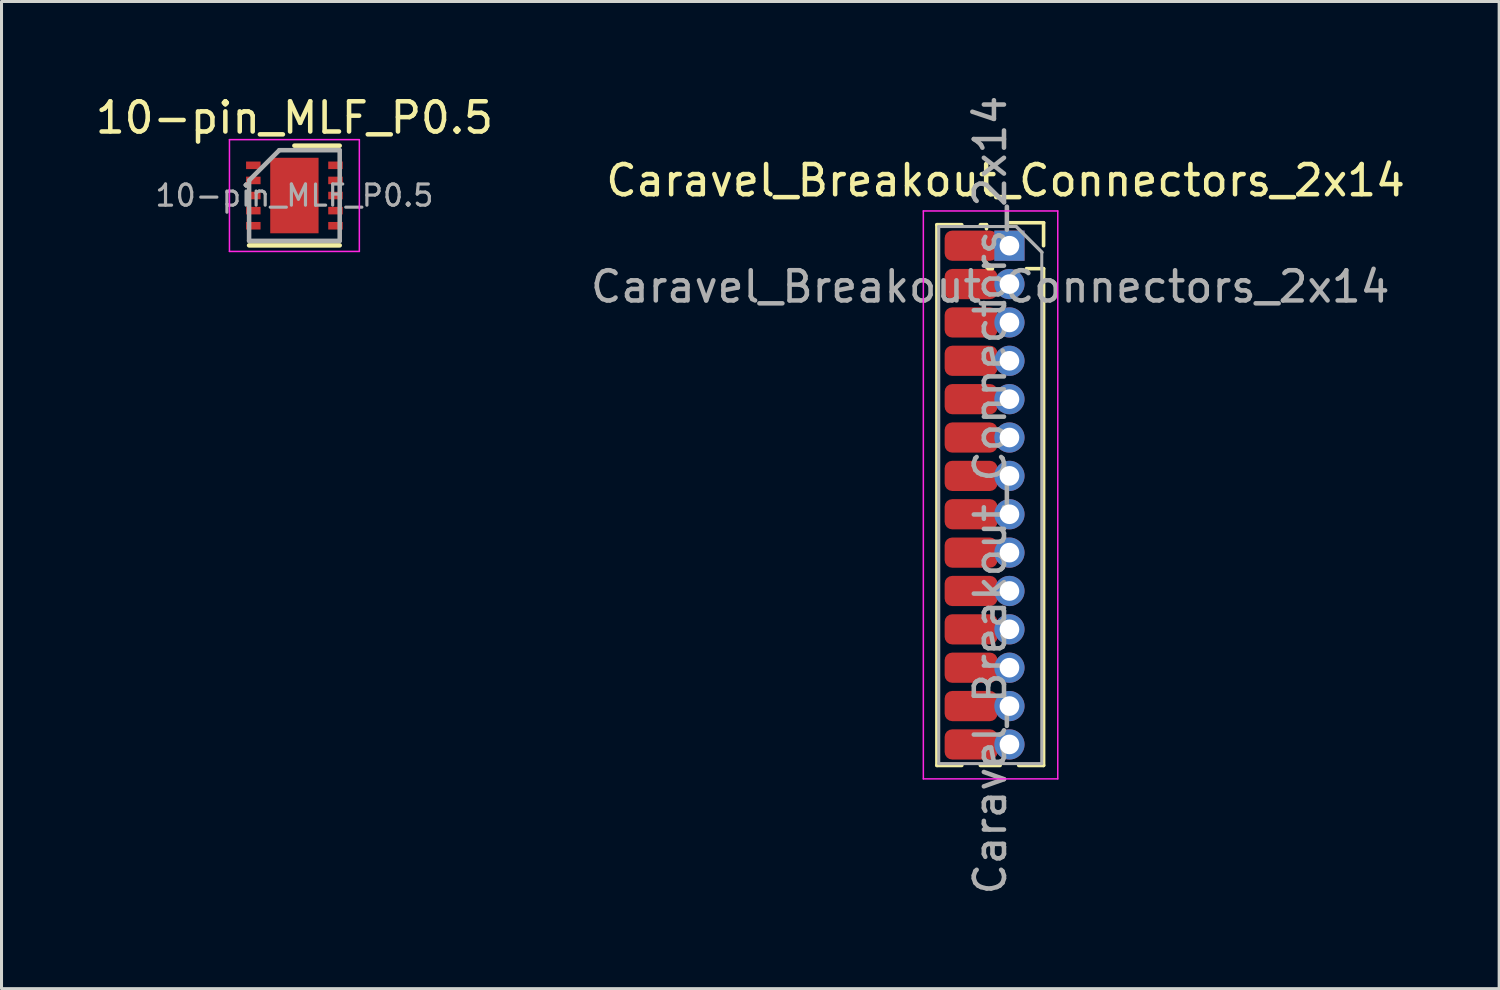
<source format=kicad_pcb>
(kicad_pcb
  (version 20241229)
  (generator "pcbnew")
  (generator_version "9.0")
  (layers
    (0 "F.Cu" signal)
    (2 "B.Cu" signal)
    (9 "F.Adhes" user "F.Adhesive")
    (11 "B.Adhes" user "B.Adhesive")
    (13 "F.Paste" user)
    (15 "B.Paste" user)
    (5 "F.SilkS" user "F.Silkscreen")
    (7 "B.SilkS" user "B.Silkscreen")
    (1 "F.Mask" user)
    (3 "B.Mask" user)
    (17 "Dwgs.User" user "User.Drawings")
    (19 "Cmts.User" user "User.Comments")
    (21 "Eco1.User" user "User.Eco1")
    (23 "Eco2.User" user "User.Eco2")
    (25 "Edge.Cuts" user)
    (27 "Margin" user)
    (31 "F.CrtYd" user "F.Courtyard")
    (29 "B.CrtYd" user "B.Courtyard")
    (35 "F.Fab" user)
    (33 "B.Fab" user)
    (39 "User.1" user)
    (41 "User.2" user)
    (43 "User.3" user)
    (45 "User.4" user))
  (footprint "10-pin_MLF_P0.5"
    (layer "F.Cu")
    (at 6.696 3.423)
    (property "Reference" "10-pin_MLF_P0.5" (at 0 -2.575 0) (unlocked yes) (layer "F.SilkS") (effects (font (size 1 1) (thickness 0.15))))
    (attr smd)
    (fp_line (start -1.5 1.65) (end 1.5 1.65) (stroke (width 0.15) (type solid)) (layer "F.SilkS"))
    (fp_line (start 0 -1.65) (end 1.5 -1.65) (stroke (width 0.15) (type solid)) (layer "F.SilkS"))
    (fp_line (start -2.15 -1.85) (end -2.15 1.85) (stroke (width 0.05) (type solid)) (layer "F.CrtYd"))
    (fp_line (start -2.15 -1.85) (end 2.15 -1.85) (stroke (width 0.05) (type solid)) (layer "F.CrtYd"))
    (fp_line (start -2.15 1.85) (end 2.15 1.85) (stroke (width 0.05) (type solid)) (layer "F.CrtYd"))
    (fp_line (start 2.15 -1.85) (end 2.15 1.85) (stroke (width 0.05) (type solid)) (layer "F.CrtYd"))
    (fp_line (start -1.5 -0.5) (end -0.5 -1.5) (stroke (width 0.15) (type solid)) (layer "F.Fab"))
    (fp_line (start -1.5 1.5) (end -1.5 -0.5) (stroke (width 0.15) (type solid)) (layer "F.Fab"))
    (fp_line (start -0.5 -1.5) (end 1.5 -1.5) (stroke (width 0.15) (type solid)) (layer "F.Fab"))
    (fp_line (start 1.5 -1.5) (end 1.5 1.5) (stroke (width 0.15) (type solid)) (layer "F.Fab"))
    (fp_line (start 1.5 1.5) (end -1.5 1.5) (stroke (width 0.15) (type solid)) (layer "F.Fab"))
    (fp_text user "${REFERENCE}" (at 0 0 0) (layer "F.Fab") (effects (font (size 0.7 0.7) (thickness 0.105))))
    (pad "" smd rect (at -0.388 -0.62) (size 0.6 1.05) (layers "F.Paste"))
    (pad "" smd rect (at -0.388 0.62) (size 0.6 1.05) (layers "F.Paste"))
    (pad "" smd rect (at 0.388 -0.62) (size 0.6 1.05) (layers "F.Paste"))
    (pad "" smd rect (at 0.388 0.62) (size 0.6 1.05) (layers "F.Paste"))
    (pad "1" smd rect (at -1.36 -1) (size 0.48 0.25) (layers "F.Cu" "F.Mask" "F.Paste"))
    (pad "2" smd rect (at -1.36 -0.5) (size 0.48 0.25) (layers "F.Cu" "F.Mask" "F.Paste"))
    (pad "3" smd rect (at -1.36 0) (size 0.48 0.25) (layers "F.Cu" "F.Mask" "F.Paste"))
    (pad "4" smd rect (at -1.36 0.5) (size 0.48 0.25) (layers "F.Cu" "F.Mask" "F.Paste"))
    (pad "5" smd rect (at -1.36 1) (size 0.48 0.25) (layers "F.Cu" "F.Mask" "F.Paste"))
    (pad "6" smd rect (at 1.36 1) (size 0.48 0.25) (layers "F.Cu" "F.Mask" "F.Paste"))
    (pad "7" smd rect (at 1.36 0.5) (size 0.48 0.25) (layers "F.Cu" "F.Mask" "F.Paste"))
    (pad "8" smd rect (at 1.36 0) (size 0.48 0.25) (layers "F.Cu" "F.Mask" "F.Paste"))
    (pad "9" smd rect (at 1.36 -0.5) (size 0.48 0.25) (layers "F.Cu" "F.Mask" "F.Paste"))
    (pad "10" smd rect (at 1.36 -1) (size 0.48 0.25) (layers "F.Cu" "F.Mask" "F.Paste"))
    (pad "11" smd rect (at 0 0) (size 1.6 2.5) (layers "F.Cu" "F.Mask")))
  (footprint "Caravel_Breakout_Connectors_2x14"
    (layer "F.Cu")
    (at 29.732 3.941)
    (property "Reference" "Caravel_Breakout_Connectors_2x14" (at 0.508 -1.016 0) (unlocked yes) (layer "F.SilkS") (effects (font (size 1 1) (thickness 0.15))))
    (attr smd)
    (fp_line (start -1.765 0.448) (end -1.765 18.348) (stroke (width 0.12) (type solid)) (layer "F.SilkS"))
    (fp_line (start -0.943 0.448) (end -1.765 0.448) (stroke (width 0.12) (type solid)) (layer "F.SilkS"))
    (fp_line (start -0.943 18.348) (end -1.765 18.348) (stroke (width 0.12) (type solid)) (layer "F.SilkS"))
    (fp_line (start -0.125 0.448) (end -0.327 0.448) (stroke (width 0.12) (type solid)) (layer "F.SilkS"))
    (fp_line (start -0.125 0.58) (end -0.125 0.448) (stroke (width 0.12) (type solid)) (layer "F.SilkS"))
    (fp_line (start -0.125 1.85) (end -0.125 1.706) (stroke (width 0.12) (type solid)) (layer "F.SilkS"))
    (fp_line (start 0.072 1.903) (end -0.072 1.903) (stroke (width 0.12) (type solid)) (layer "F.SilkS"))
    (fp_line (start 0.327 18.348) (end -0.327 18.348) (stroke (width 0.12) (type solid)) (layer "F.SilkS"))
    (fp_line (start 1.765 0.383) (end 0.635 0.383) (stroke (width 0.12) (type solid)) (layer "F.SilkS"))
    (fp_line (start 1.765 1.143) (end 1.765 0.383) (stroke (width 0.12) (type solid)) (layer "F.SilkS"))
    (fp_line (start 1.765 1.903) (end 1.198 1.903) (stroke (width 0.12) (type solid)) (layer "F.SilkS"))
    (fp_line (start 1.765 1.903) (end 1.765 18.348) (stroke (width 0.12) (type solid)) (layer "F.SilkS"))
    (fp_line (start 1.765 18.348) (end 0.943 18.348) (stroke (width 0.12) (type solid)) (layer "F.SilkS"))
    (fp_line (start -2.215 -0.007) (end 2.235 -0.007) (stroke (width 0.05) (type solid)) (layer "F.CrtYd"))
    (fp_line (start -2.215 18.793) (end -2.215 -0.007) (stroke (width 0.05) (type solid)) (layer "F.CrtYd"))
    (fp_line (start 2.235 -0.007) (end 2.235 18.793) (stroke (width 0.05) (type solid)) (layer "F.CrtYd"))
    (fp_line (start 2.235 18.793) (end -2.215 18.793) (stroke (width 0.05) (type solid)) (layer "F.CrtYd"))
    (fp_line (start -1.705 0.508) (end -1.705 18.288) (stroke (width 0.1) (type solid)) (layer "F.Fab"))
    (fp_line (start -1.705 18.288) (end 1.705 18.288) (stroke (width 0.1) (type solid)) (layer "F.Fab"))
    (fp_line (start 0.853 0.508) (end -1.705 0.508) (stroke (width 0.1) (type solid)) (layer "F.Fab"))
    (fp_line (start 1.705 1.361) (end 0.853 0.508) (stroke (width 0.1) (type solid)) (layer "F.Fab"))
    (fp_line (start 1.705 18.288) (end 1.705 1.361) (stroke (width 0.1) (type solid)) (layer "F.Fab"))
    (fp_line (start 1.718 1.363) (end 0.866 0.51) (stroke (width 0.1) (type solid)) (layer "F.Fab"))
    (fp_text user "${REFERENCE}" (at 0 9.398 90) (layer "F.Fab") (effects (font (size 1 1) (thickness 0.15))))
    (fp_text user "${REFERENCE}" (at 0 2.5 0) (unlocked yes) (layer "F.Fab") (effects (font (size 1 1) (thickness 0.15))))
    (pad "1" smd roundrect (at -0.635 1.143 180) (size 1.75 1) (layers "F.Cu" "F.Mask" "F.Paste") (roundrect_rratio 0.25))
    (pad "1" thru_hole rect (at 0.635 1.143) (size 1 1) (drill 0.65) (layers "*.Cu" "*.Mask"))
    (pad "2" smd roundrect (at -0.635 2.413 180) (size 1.75 1) (layers "F.Cu" "F.Mask" "F.Paste") (roundrect_rratio 0.25))
    (pad "2" thru_hole oval (at 0.635 2.413 180) (size 1 1) (drill 0.65) (layers "*.Cu" "*.Mask"))
    (pad "3" smd roundrect (at -0.635 3.683 180) (size 1.75 1) (layers "F.Cu" "F.Mask" "F.Paste") (roundrect_rratio 0.25))
    (pad "3" thru_hole oval (at 0.635 3.683 180) (size 1 1) (drill 0.65) (layers "*.Cu" "*.Mask"))
    (pad "4" smd roundrect (at -0.635 4.953 180) (size 1.75 1) (layers "F.Cu" "F.Mask" "F.Paste") (roundrect_rratio 0.25))
    (pad "4" thru_hole oval (at 0.635 4.953 180) (size 1 1) (drill 0.65) (layers "*.Cu" "*.Mask"))
    (pad "5" smd roundrect (at -0.635 6.223 180) (size 1.75 1) (layers "F.Cu" "F.Mask" "F.Paste") (roundrect_rratio 0.25))
    (pad "5" thru_hole oval (at 0.635 6.223 180) (size 1 1) (drill 0.65) (layers "*.Cu" "*.Mask"))
    (pad "6" smd roundrect (at -0.635 7.493 180) (size 1.75 1) (layers "F.Cu" "F.Mask" "F.Paste") (roundrect_rratio 0.25))
    (pad "6" thru_hole oval (at 0.635 7.493 180) (size 1 1) (drill 0.65) (layers "*.Cu" "*.Mask"))
    (pad "7" smd roundrect (at -0.635 8.763 180) (size 1.75 1) (layers "F.Cu" "F.Mask" "F.Paste") (roundrect_rratio 0.25))
    (pad "7" thru_hole oval (at 0.635 8.763 180) (size 1 1) (drill 0.65) (layers "*.Cu" "*.Mask"))
    (pad "8" smd roundrect (at -0.635 10.033 180) (size 1.75 1) (layers "F.Cu" "F.Mask" "F.Paste") (roundrect_rratio 0.25))
    (pad "8" thru_hole oval (at 0.635 10.033 180) (size 1 1) (drill 0.65) (layers "*.Cu" "*.Mask"))
    (pad "9" smd roundrect (at -0.635 11.303 180) (size 1.75 1) (layers "F.Cu" "F.Mask" "F.Paste") (roundrect_rratio 0.25))
    (pad "9" thru_hole oval (at 0.635 11.303 180) (size 1 1) (drill 0.65) (layers "*.Cu" "*.Mask"))
    (pad "10" smd roundrect (at -0.635 12.573 180) (size 1.75 1) (layers "F.Cu" "F.Mask" "F.Paste") (roundrect_rratio 0.25))
    (pad "10" thru_hole oval (at 0.635 12.573 180) (size 1 1) (drill 0.65) (layers "*.Cu" "*.Mask"))
    (pad "11" smd roundrect (at -0.635 13.843 180) (size 1.75 1) (layers "F.Cu" "F.Mask" "F.Paste") (roundrect_rratio 0.25))
    (pad "11" thru_hole oval (at 0.635 13.843 180) (size 1 1) (drill 0.65) (layers "*.Cu" "*.Mask"))
    (pad "12" smd roundrect (at -0.635 15.113 180) (size 1.75 1) (layers "F.Cu" "F.Mask" "F.Paste") (roundrect_rratio 0.25))
    (pad "12" thru_hole oval (at 0.635 15.113 180) (size 1 1) (drill 0.65) (layers "*.Cu" "*.Mask"))
    (pad "13" smd roundrect (at -0.635 16.383 180) (size 1.75 1) (layers "F.Cu" "F.Mask" "F.Paste") (roundrect_rratio 0.25))
    (pad "13" thru_hole oval (at 0.635 16.383 180) (size 1 1) (drill 0.65) (layers "*.Cu" "*.Mask"))
    (pad "14" smd roundrect (at -0.635 17.653 180) (size 1.75 1) (layers "F.Cu" "F.Mask" "F.Paste") (roundrect_rratio 0.25))
    (pad "14" thru_hole oval (at 0.635 17.653 180) (size 1 1) (drill 0.65) (layers "*.Cu" "*.Mask")))
  (gr_rect
    (start -3 -3)
    (end 46.579 29.679)
    (stroke (width 0.1) (type default))
    (fill no)
    (layer "Edge.Cuts")))
</source>
